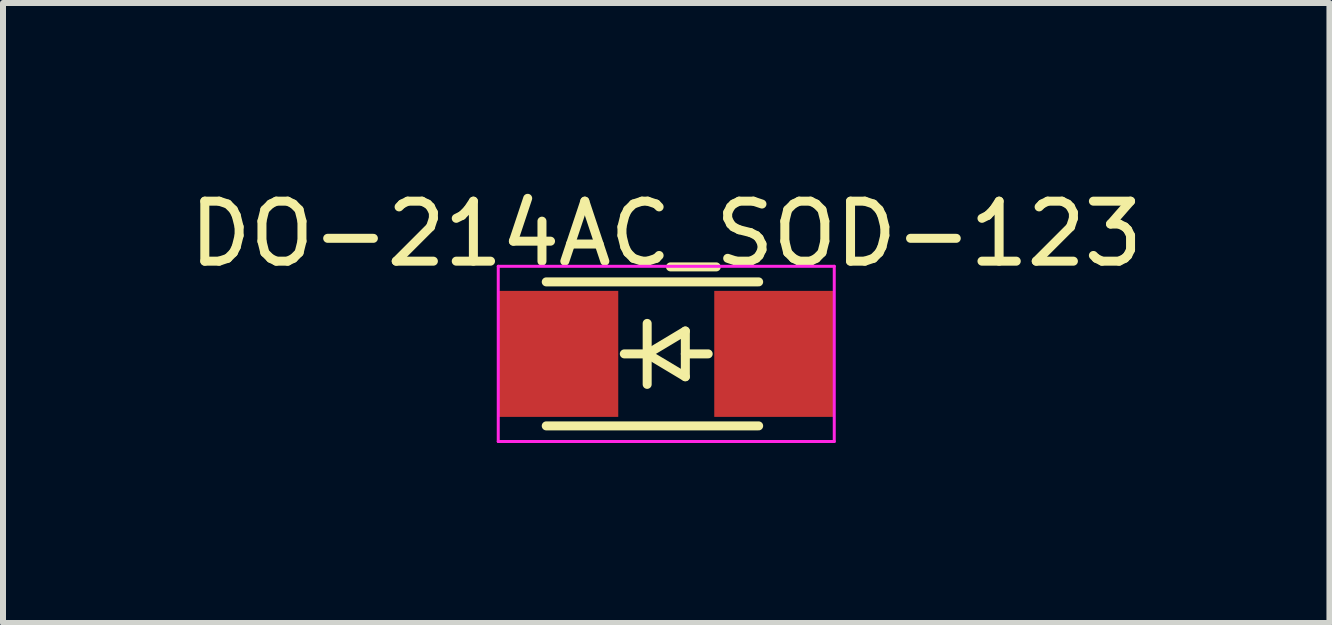
<source format=kicad_pcb>
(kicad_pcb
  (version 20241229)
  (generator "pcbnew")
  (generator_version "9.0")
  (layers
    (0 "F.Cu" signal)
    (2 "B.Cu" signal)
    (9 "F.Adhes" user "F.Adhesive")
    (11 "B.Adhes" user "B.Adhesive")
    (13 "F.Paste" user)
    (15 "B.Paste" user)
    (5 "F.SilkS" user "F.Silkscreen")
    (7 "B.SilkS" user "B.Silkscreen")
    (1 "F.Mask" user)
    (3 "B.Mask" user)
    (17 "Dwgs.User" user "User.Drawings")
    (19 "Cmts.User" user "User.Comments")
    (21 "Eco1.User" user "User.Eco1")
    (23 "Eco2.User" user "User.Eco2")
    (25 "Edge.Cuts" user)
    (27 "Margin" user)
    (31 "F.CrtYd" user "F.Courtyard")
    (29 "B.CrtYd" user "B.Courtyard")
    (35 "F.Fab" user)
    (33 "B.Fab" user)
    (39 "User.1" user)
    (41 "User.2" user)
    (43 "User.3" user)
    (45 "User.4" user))
  (footprint "DO-214AC_SOD-123"
    (layer "F.Cu")
    (at 8.054 2.848)
    (property "Reference" "DO-214AC_SOD-123" (at 0 -2 0) (layer "F.SilkS") (effects (font (size 1 1) (thickness 0.15))))
    (attr smd)
    (fp_line (start -2 -1.2) (end 1.54 -1.2) (stroke (width 0.15) (type solid)) (layer "F.SilkS"))
    (fp_line (start -2 1.2) (end 1.54 1.2) (stroke (width 0.15) (type solid)) (layer "F.SilkS"))
    (fp_line (start -0.699 0) (end -0.318 0) (stroke (width 0.15) (type solid)) (layer "F.SilkS"))
    (fp_line (start -0.318 -0.508) (end -0.318 0.508) (stroke (width 0.15) (type solid)) (layer "F.SilkS"))
    (fp_line (start -0.318 0) (end 0.318 -0.381) (stroke (width 0.15) (type solid)) (layer "F.SilkS"))
    (fp_line (start 0.318 -0.381) (end 0.318 0.381) (stroke (width 0.15) (type solid)) (layer "F.SilkS"))
    (fp_line (start 0.318 0) (end 0.699 0) (stroke (width 0.15) (type solid)) (layer "F.SilkS"))
    (fp_line (start 0.318 0.381) (end -0.318 0) (stroke (width 0.15) (type solid)) (layer "F.SilkS"))
    (fp_line (start -2.8 -1.46) (end -2.8 1.46) (stroke (width 0.05) (type solid)) (layer "F.CrtYd"))
    (fp_line (start -2.8 -1.46) (end 2.8 -1.46) (stroke (width 0.05) (type solid)) (layer "F.CrtYd"))
    (fp_line (start 2.8 -1.46) (end 2.8 1.46) (stroke (width 0.05) (type solid)) (layer "F.CrtYd"))
    (fp_line (start 2.8 1.46) (end -2.8 1.46) (stroke (width 0.05) (type solid)) (layer "F.CrtYd"))
    (pad "1" smd rect (at -1.8 0) (size 2 2.1) (layers "F.Cu" "F.Mask" "F.Paste"))
    (pad "2" smd rect (at 1.8 0) (size 2 2.1) (layers "F.Cu" "F.Mask" "F.Paste")))
  (gr_rect
    (start -3 -3)
    (end 19.107 7.333)
    (stroke (width 0.1) (type default))
    (fill no)
    (layer "Edge.Cuts")))
</source>
